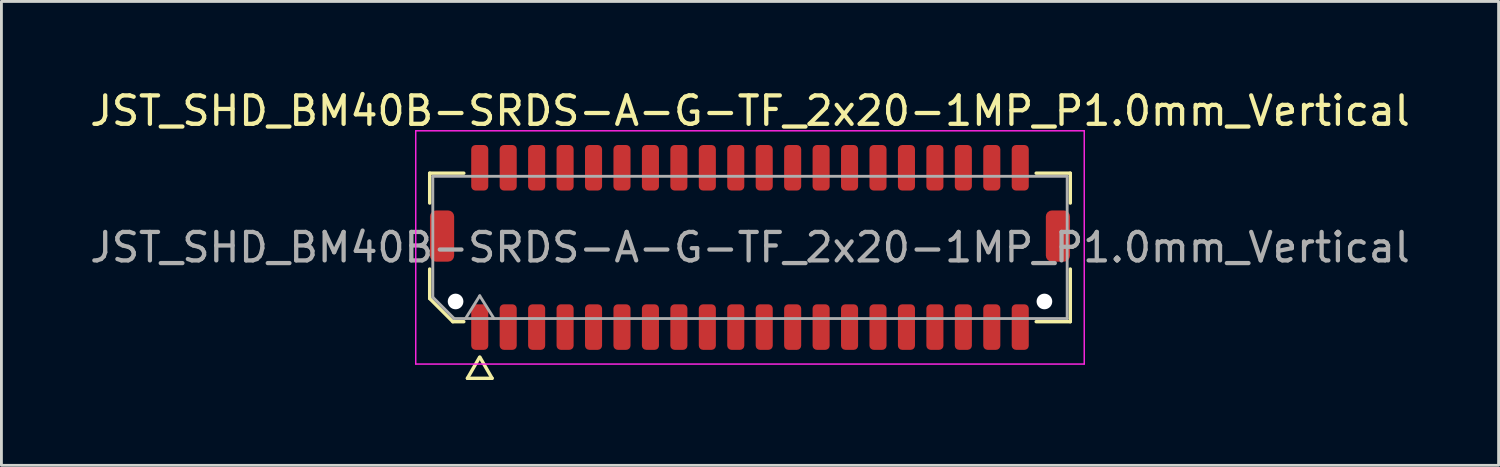
<source format=kicad_pcb>
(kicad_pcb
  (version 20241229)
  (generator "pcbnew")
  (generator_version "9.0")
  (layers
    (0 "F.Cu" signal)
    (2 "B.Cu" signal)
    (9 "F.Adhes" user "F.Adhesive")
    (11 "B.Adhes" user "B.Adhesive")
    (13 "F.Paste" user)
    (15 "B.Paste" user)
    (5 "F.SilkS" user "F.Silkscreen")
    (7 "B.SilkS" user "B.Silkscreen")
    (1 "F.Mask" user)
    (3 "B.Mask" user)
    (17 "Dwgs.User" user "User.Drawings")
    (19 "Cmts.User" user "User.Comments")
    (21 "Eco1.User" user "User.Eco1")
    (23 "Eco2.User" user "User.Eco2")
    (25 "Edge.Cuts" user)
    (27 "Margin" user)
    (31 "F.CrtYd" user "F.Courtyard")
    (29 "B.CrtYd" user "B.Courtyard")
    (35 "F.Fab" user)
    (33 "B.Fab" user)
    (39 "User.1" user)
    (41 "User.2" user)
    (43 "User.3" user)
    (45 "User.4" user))
  (footprint "JST_SHD_BM40B-SRDS-A-G-TF_2x20-1MP_P1.0mm_Vertical"
    (layer "F.Cu")
    (at 23.315 5.648)
    (property "Reference" "JST_SHD_BM40B-SRDS-A-G-TF_2x20-1MP_P1.0mm_Vertical" (at 0 -4.8 0) (layer "F.SilkS") (effects (font (size 1 1) (thickness 0.15))))
    (attr smd)
    (fp_line (start -11.26 -2.61) (end -10.06 -2.61) (stroke (width 0.12) (type solid)) (layer "F.SilkS"))
    (fp_line (start -11.26 -1.56) (end -11.26 -2.61) (stroke (width 0.12) (type solid)) (layer "F.SilkS"))
    (fp_line (start -11.26 1.796) (end -11.26 0.76) (stroke (width 0.12) (type solid)) (layer "F.SilkS"))
    (fp_line (start -10.446 2.61) (end -11.26 1.796) (stroke (width 0.12) (type solid)) (layer "F.SilkS"))
    (fp_line (start -10.06 2.61) (end -10.446 2.61) (stroke (width 0.12) (type solid)) (layer "F.SilkS"))
    (fp_line (start -9.933 4.6) (end -9.506 3.86) (stroke (width 0.12) (type solid)) (layer "F.SilkS"))
    (fp_line (start -9.494 3.86) (end -9.067 4.6) (stroke (width 0.12) (type solid)) (layer "F.SilkS"))
    (fp_line (start -9.067 4.6) (end -9.933 4.6) (stroke (width 0.12) (type solid)) (layer "F.SilkS"))
    (fp_line (start 10.06 -2.61) (end 11.26 -2.61) (stroke (width 0.12) (type solid)) (layer "F.SilkS"))
    (fp_line (start 11.26 -2.61) (end 11.26 -1.56) (stroke (width 0.12) (type solid)) (layer "F.SilkS"))
    (fp_line (start 11.26 0.76) (end 11.26 2.61) (stroke (width 0.12) (type solid)) (layer "F.SilkS"))
    (fp_line (start 11.26 2.61) (end 10.06 2.61) (stroke (width 0.12) (type solid)) (layer "F.SilkS"))
    (fp_line (start -11.75 -4.1) (end -11.75 4.1) (stroke (width 0.05) (type solid)) (layer "F.CrtYd"))
    (fp_line (start -11.75 4.1) (end 11.75 4.1) (stroke (width 0.05) (type solid)) (layer "F.CrtYd"))
    (fp_line (start 11.75 -4.1) (end -11.75 -4.1) (stroke (width 0.05) (type solid)) (layer "F.CrtYd"))
    (fp_line (start 11.75 4.1) (end 11.75 -4.1) (stroke (width 0.05) (type solid)) (layer "F.CrtYd"))
    (fp_line (start -11.15 -2.5) (end 11.15 -2.5) (stroke (width 0.1) (type solid)) (layer "F.Fab"))
    (fp_line (start -11.15 1.75) (end -11.15 -2.5) (stroke (width 0.1) (type solid)) (layer "F.Fab"))
    (fp_line (start -10.4 2.5) (end -11.15 1.75) (stroke (width 0.1) (type solid)) (layer "F.Fab"))
    (fp_line (start -10 2.5) (end -9.5 1.7) (stroke (width 0.1) (type solid)) (layer "F.Fab"))
    (fp_line (start -9.5 1.7) (end -9 2.5) (stroke (width 0.1) (type solid)) (layer "F.Fab"))
    (fp_line (start 11.15 -2.5) (end 11.15 2.5) (stroke (width 0.1) (type solid)) (layer "F.Fab"))
    (fp_line (start 11.15 2.5) (end -10.4 2.5) (stroke (width 0.1) (type solid)) (layer "F.Fab"))
    (fp_text user "${REFERENCE}" (at 0 0 0) (layer "F.Fab") (effects (font (size 1 1) (thickness 0.15))))
    (pad "" np_thru_hole circle (at -10.35 1.9) (size 0.55 0.55) (drill 0.55) (layers "*.Cu" "*.Mask"))
    (pad "" np_thru_hole circle (at 10.35 1.9) (size 0.55 0.55) (drill 0.55) (layers "*.Cu" "*.Mask"))
    (pad "1" smd roundrect (at -9.5 2.8) (size 0.6 1.6) (layers "F.Cu" "F.Mask" "F.Paste") (roundrect_rratio 0.25))
    (pad "2" smd roundrect (at -9.5 -2.8) (size 0.6 1.6) (layers "F.Cu" "F.Mask" "F.Paste") (roundrect_rratio 0.25))
    (pad "3" smd roundrect (at -8.5 2.8) (size 0.6 1.6) (layers "F.Cu" "F.Mask" "F.Paste") (roundrect_rratio 0.25))
    (pad "4" smd roundrect (at -8.5 -2.8) (size 0.6 1.6) (layers "F.Cu" "F.Mask" "F.Paste") (roundrect_rratio 0.25))
    (pad "5" smd roundrect (at -7.5 2.8) (size 0.6 1.6) (layers "F.Cu" "F.Mask" "F.Paste") (roundrect_rratio 0.25))
    (pad "6" smd roundrect (at -7.5 -2.8) (size 0.6 1.6) (layers "F.Cu" "F.Mask" "F.Paste") (roundrect_rratio 0.25))
    (pad "7" smd roundrect (at -6.5 2.8) (size 0.6 1.6) (layers "F.Cu" "F.Mask" "F.Paste") (roundrect_rratio 0.25))
    (pad "8" smd roundrect (at -6.5 -2.8) (size 0.6 1.6) (layers "F.Cu" "F.Mask" "F.Paste") (roundrect_rratio 0.25))
    (pad "9" smd roundrect (at -5.5 2.8) (size 0.6 1.6) (layers "F.Cu" "F.Mask" "F.Paste") (roundrect_rratio 0.25))
    (pad "10" smd roundrect (at -5.5 -2.8) (size 0.6 1.6) (layers "F.Cu" "F.Mask" "F.Paste") (roundrect_rratio 0.25))
    (pad "11" smd roundrect (at -4.5 2.8) (size 0.6 1.6) (layers "F.Cu" "F.Mask" "F.Paste") (roundrect_rratio 0.25))
    (pad "12" smd roundrect (at -4.5 -2.8) (size 0.6 1.6) (layers "F.Cu" "F.Mask" "F.Paste") (roundrect_rratio 0.25))
    (pad "13" smd roundrect (at -3.5 2.8) (size 0.6 1.6) (layers "F.Cu" "F.Mask" "F.Paste") (roundrect_rratio 0.25))
    (pad "14" smd roundrect (at -3.5 -2.8) (size 0.6 1.6) (layers "F.Cu" "F.Mask" "F.Paste") (roundrect_rratio 0.25))
    (pad "15" smd roundrect (at -2.5 2.8) (size 0.6 1.6) (layers "F.Cu" "F.Mask" "F.Paste") (roundrect_rratio 0.25))
    (pad "16" smd roundrect (at -2.5 -2.8) (size 0.6 1.6) (layers "F.Cu" "F.Mask" "F.Paste") (roundrect_rratio 0.25))
    (pad "17" smd roundrect (at -1.5 2.8) (size 0.6 1.6) (layers "F.Cu" "F.Mask" "F.Paste") (roundrect_rratio 0.25))
    (pad "18" smd roundrect (at -1.5 -2.8) (size 0.6 1.6) (layers "F.Cu" "F.Mask" "F.Paste") (roundrect_rratio 0.25))
    (pad "19" smd roundrect (at -0.5 2.8) (size 0.6 1.6) (layers "F.Cu" "F.Mask" "F.Paste") (roundrect_rratio 0.25))
    (pad "20" smd roundrect (at -0.5 -2.8) (size 0.6 1.6) (layers "F.Cu" "F.Mask" "F.Paste") (roundrect_rratio 0.25))
    (pad "21" smd roundrect (at 0.5 2.8) (size 0.6 1.6) (layers "F.Cu" "F.Mask" "F.Paste") (roundrect_rratio 0.25))
    (pad "22" smd roundrect (at 0.5 -2.8) (size 0.6 1.6) (layers "F.Cu" "F.Mask" "F.Paste") (roundrect_rratio 0.25))
    (pad "23" smd roundrect (at 1.5 2.8) (size 0.6 1.6) (layers "F.Cu" "F.Mask" "F.Paste") (roundrect_rratio 0.25))
    (pad "24" smd roundrect (at 1.5 -2.8) (size 0.6 1.6) (layers "F.Cu" "F.Mask" "F.Paste") (roundrect_rratio 0.25))
    (pad "25" smd roundrect (at 2.5 2.8) (size 0.6 1.6) (layers "F.Cu" "F.Mask" "F.Paste") (roundrect_rratio 0.25))
    (pad "26" smd roundrect (at 2.5 -2.8) (size 0.6 1.6) (layers "F.Cu" "F.Mask" "F.Paste") (roundrect_rratio 0.25))
    (pad "27" smd roundrect (at 3.5 2.8) (size 0.6 1.6) (layers "F.Cu" "F.Mask" "F.Paste") (roundrect_rratio 0.25))
    (pad "28" smd roundrect (at 3.5 -2.8) (size 0.6 1.6) (layers "F.Cu" "F.Mask" "F.Paste") (roundrect_rratio 0.25))
    (pad "29" smd roundrect (at 4.5 2.8) (size 0.6 1.6) (layers "F.Cu" "F.Mask" "F.Paste") (roundrect_rratio 0.25))
    (pad "30" smd roundrect (at 4.5 -2.8) (size 0.6 1.6) (layers "F.Cu" "F.Mask" "F.Paste") (roundrect_rratio 0.25))
    (pad "31" smd roundrect (at 5.5 2.8) (size 0.6 1.6) (layers "F.Cu" "F.Mask" "F.Paste") (roundrect_rratio 0.25))
    (pad "32" smd roundrect (at 5.5 -2.8) (size 0.6 1.6) (layers "F.Cu" "F.Mask" "F.Paste") (roundrect_rratio 0.25))
    (pad "33" smd roundrect (at 6.5 2.8) (size 0.6 1.6) (layers "F.Cu" "F.Mask" "F.Paste") (roundrect_rratio 0.25))
    (pad "34" smd roundrect (at 6.5 -2.8) (size 0.6 1.6) (layers "F.Cu" "F.Mask" "F.Paste") (roundrect_rratio 0.25))
    (pad "35" smd roundrect (at 7.5 2.8) (size 0.6 1.6) (layers "F.Cu" "F.Mask" "F.Paste") (roundrect_rratio 0.25))
    (pad "36" smd roundrect (at 7.5 -2.8) (size 0.6 1.6) (layers "F.Cu" "F.Mask" "F.Paste") (roundrect_rratio 0.25))
    (pad "37" smd roundrect (at 8.5 2.8) (size 0.6 1.6) (layers "F.Cu" "F.Mask" "F.Paste") (roundrect_rratio 0.25))
    (pad "38" smd roundrect (at 8.5 -2.8) (size 0.6 1.6) (layers "F.Cu" "F.Mask" "F.Paste") (roundrect_rratio 0.25))
    (pad "39" smd roundrect (at 9.5 2.8) (size 0.6 1.6) (layers "F.Cu" "F.Mask" "F.Paste") (roundrect_rratio 0.25))
    (pad "40" smd roundrect (at 9.5 -2.8) (size 0.6 1.6) (layers "F.Cu" "F.Mask" "F.Paste") (roundrect_rratio 0.25))
    (pad "MP" smd roundrect (at -10.825 -0.4) (size 0.85 1.8) (layers "F.Cu" "F.Mask" "F.Paste") (roundrect_rratio 0.25))
    (pad "MP" smd roundrect (at 10.825 -0.4) (size 0.85 1.8) (layers "F.Cu" "F.Mask" "F.Paste") (roundrect_rratio 0.25)))
  (gr_rect
    (start -3 -3)
    (end 49.631 13.308)
    (stroke (width 0.1) (type default))
    (fill no)
    (layer "Edge.Cuts")))
</source>
